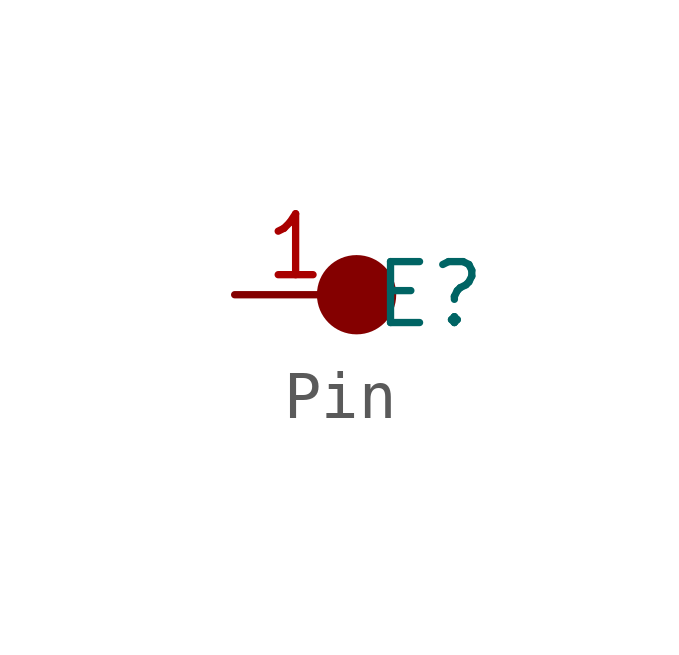
<source format=kicad_sym>
(kicad_symbol_lib
  (version 20231120)
  (generator "kicad_symbol_editor")
  (generator_version "8.0")
  (symbol "Pin"
    (property "Reference" "E"
      (at 4.064 0 0)
      (effects (font (size 1.27 1.27))))
    (property "Value" ""
      (at 0 0 0)
      (effects (font (size 1.27 1.27))))
    (symbol "Pin_0_1"
      (circle (center 2.54 0) (radius 0.75) (stroke (width 0) (type default)) (fill (type outline))))
    (symbol "Pin_1_1"
      (pin bidirectional line (at 0 0 0) (length 2.54) (name "" (effects (font (size 1.27 1.27)))) (number "1" (effects (font (size 1.27 1.27))))))))
</source>
